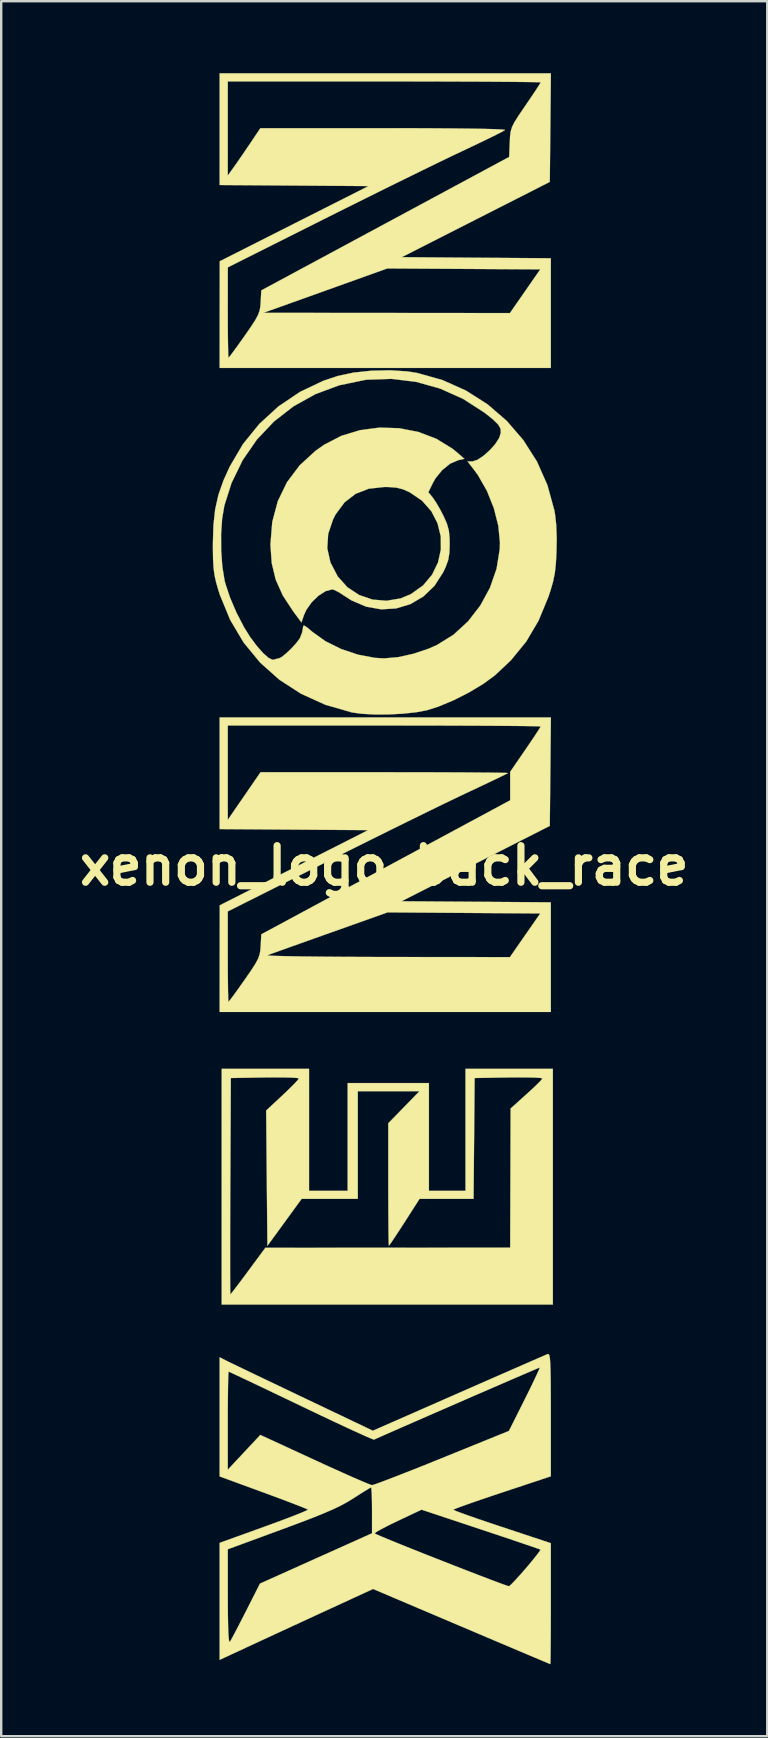
<source format=kicad_pcb>
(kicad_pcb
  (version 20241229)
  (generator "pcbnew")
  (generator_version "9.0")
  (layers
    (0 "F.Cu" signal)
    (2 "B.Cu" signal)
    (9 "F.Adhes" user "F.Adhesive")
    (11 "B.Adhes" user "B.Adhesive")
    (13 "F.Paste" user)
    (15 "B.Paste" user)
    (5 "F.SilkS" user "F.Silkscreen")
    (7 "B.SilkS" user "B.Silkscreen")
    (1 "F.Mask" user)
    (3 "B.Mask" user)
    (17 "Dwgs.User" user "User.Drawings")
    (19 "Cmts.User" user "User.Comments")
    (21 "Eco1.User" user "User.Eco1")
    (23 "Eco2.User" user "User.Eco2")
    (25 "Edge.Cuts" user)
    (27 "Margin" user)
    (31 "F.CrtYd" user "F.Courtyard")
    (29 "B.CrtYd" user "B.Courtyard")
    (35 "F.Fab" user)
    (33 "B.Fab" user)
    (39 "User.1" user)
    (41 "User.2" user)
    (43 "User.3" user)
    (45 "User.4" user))
  (footprint "xenon_logo_back_race"
    (layer "F.Cu")
    (at 12.961 33.025)
    (property "Reference" "xenon_logo_back_race" (at 0 0 0) (layer "F.SilkS") (effects (font (size 1.524 1.524) (thickness 0.3))))
    (attr through_hole)
    (fp_poly (pts (xy -3.133 13.547) (xy -1.524 13.547) (xy -1.524 9.059) (xy 1.863 9.059) (xy 1.863 13.547) (xy 3.387 13.547) (xy 3.387 8.467) (xy 7.027 8.467) (xy 7.027 18.288) (xy -6.773 18.288) (xy -6.773 16.399) (xy -6.422 16.399) (xy -6.422 16.949) (xy -6.42 17.384) (xy -6.417 17.688) (xy -6.413 17.846) (xy -6.411 17.865) (xy -6.355 17.8) (xy -6.217 17.624) (xy -6.016 17.359) (xy -5.771 17.031) (xy -5.67 16.894) (xy -4.953 15.923) (xy 0.148 15.92) (xy 5.249 15.917) (xy 5.268 10.118) (xy 5.927 9.525) (xy 6.2 9.274) (xy 6.42 9.062) (xy 6.559 8.917) (xy 6.595 8.867) (xy 6.518 8.846) (xy 6.299 8.831) (xy 5.966 8.823) (xy 5.546 8.821) (xy 5.186 8.824) (xy 3.768 8.848) (xy 3.723 13.885) (xy 1.471 13.885) (xy 0.847 14.859) (xy 0.618 15.213) (xy 0.422 15.51) (xy 0.278 15.723) (xy 0.202 15.827) (xy 0.196 15.833) (xy 0.189 15.751) (xy 0.183 15.522) (xy 0.178 15.164) (xy 0.174 14.698) (xy 0.171 14.146) (xy 0.169 13.528) (xy 0.169 13.283) (xy 0.169 10.733) (xy 0.819 10.066) (xy 1.469 9.398) (xy -1.101 9.398) (xy -1.101 13.885) (xy -3.443 13.885) (xy -4.868 15.842) (xy -4.919 10.202) (xy -4.238 9.567) (xy -3.962 9.305) (xy -3.74 9.083) (xy -3.597 8.927) (xy -3.556 8.867) (xy -3.636 8.846) (xy -3.858 8.831) (xy -4.193 8.823) (xy -4.615 8.821) (xy -4.974 8.824) (xy -6.392 8.848) (xy -6.414 13.356) (xy -6.418 14.212) (xy -6.421 15.015) (xy -6.422 15.749) (xy -6.422 16.399) (xy -6.773 16.399) (xy -6.773 8.467) (xy -3.133 8.467) (xy -3.133 13.547)) (stroke (width 0.01) (type solid)) (fill yes) (layer "F.SilkS"))
    (fp_poly (pts (xy 0.628 -18.23) (xy 1.425 -18.074) (xy 2.172 -17.79) (xy 2.84 -17.38) (xy 3.01 -17.242) (xy 3.341 -16.955) (xy 3.083 -16.899) (xy 2.749 -16.754) (xy 2.417 -16.487) (xy 2.136 -16.142) (xy 2.029 -15.952) (xy 1.84 -15.564) (xy 2.024 -15.339) (xy 2.156 -15.144) (xy 2.322 -14.861) (xy 2.468 -14.581) (xy 2.613 -14.253) (xy 2.693 -13.97) (xy 2.724 -13.65) (xy 2.728 -13.412) (xy 2.716 -13.034) (xy 2.667 -12.741) (xy 2.563 -12.451) (xy 2.461 -12.233) (xy 2.094 -11.662) (xy 1.629 -11.216) (xy 1.09 -10.9) (xy 0.498 -10.721) (xy -0.123 -10.683) (xy -0.751 -10.793) (xy -1.363 -11.055) (xy -1.63 -11.226) (xy -1.871 -11.383) (xy -2.072 -11.488) (xy -2.163 -11.515) (xy -2.438 -11.443) (xy -2.737 -11.252) (xy -3.02 -10.98) (xy -3.245 -10.662) (xy -3.34 -10.455) (xy -3.449 -10.137) (xy -3.789 -10.593) (xy -4.227 -11.262) (xy -4.522 -11.92) (xy -4.688 -12.612) (xy -4.731 -13.228) (xy -2.373 -13.228) (xy -2.242 -12.639) (xy -1.942 -12.061) (xy -1.934 -12.049) (xy -1.532 -11.601) (xy -1.04 -11.278) (xy -0.487 -11.089) (xy 0.097 -11.04) (xy 0.683 -11.138) (xy 1.119 -11.321) (xy 1.62 -11.68) (xy 1.994 -12.125) (xy 2.241 -12.632) (xy 2.361 -13.175) (xy 2.355 -13.729) (xy 2.222 -14.269) (xy 1.964 -14.77) (xy 1.58 -15.207) (xy 1.07 -15.556) (xy 1.07 -15.556) (xy 0.788 -15.683) (xy 0.516 -15.753) (xy 0.182 -15.779) (xy 0 -15.781) (xy -0.643 -15.71) (xy -1.195 -15.496) (xy -1.656 -15.138) (xy -2.025 -14.639) (xy -2.128 -14.439) (xy -2.335 -13.829) (xy -2.373 -13.228) (xy -4.731 -13.228) (xy -4.741 -13.384) (xy -4.741 -13.402) (xy -4.664 -14.332) (xy -4.433 -15.194) (xy -4.052 -15.979) (xy -3.526 -16.681) (xy -2.859 -17.292) (xy -2.504 -17.542) (xy -1.785 -17.914) (xy -1.005 -18.151) (xy -0.191 -18.256) (xy 0.628 -18.23)) (stroke (width 0.01) (type solid)) (fill yes) (layer "F.SilkS"))
    (fp_poly (pts (xy 6.923 -30.758) (xy 6.9 -28.496) (xy 3.815 -26.927) (xy 0.729 -25.358) (xy 3.836 -25.335) (xy 6.943 -25.313) (xy 6.943 -20.743) (xy -6.858 -20.743) (xy -6.856 -22.966) (xy -6.854 -25.188) (xy -3.754 -26.755) (xy -0.653 -28.321) (xy -3.755 -28.343) (xy -6.858 -28.365) (xy -6.858 -32.681) (xy -6.519 -32.681) (xy -6.519 -28.761) (xy -6.281 -29.091) (xy -6.123 -29.316) (xy -5.909 -29.625) (xy -5.678 -29.965) (xy -5.601 -30.078) (xy -5.16 -30.734) (xy -0.023 -30.734) (xy 1.045 -30.733) (xy 2.004 -30.729) (xy 2.847 -30.723) (xy 3.565 -30.715) (xy 4.15 -30.705) (xy 4.594 -30.693) (xy 4.888 -30.679) (xy 5.025 -30.663) (xy 5.033 -30.656) (xy 4.936 -30.598) (xy 4.709 -30.481) (xy 4.373 -30.315) (xy 3.953 -30.112) (xy 3.471 -29.883) (xy 3.217 -29.763) (xy 2.789 -29.56) (xy 2.233 -29.291) (xy 1.572 -28.969) (xy 0.83 -28.605) (xy 0.03 -28.211) (xy -0.806 -27.796) (xy -1.653 -27.375) (xy -2.489 -26.956) (xy -2.518 -26.942) (xy -6.518 -24.934) (xy -6.519 -23.05) (xy -6.518 -22.506) (xy -6.514 -22.024) (xy -6.508 -21.627) (xy -6.501 -21.339) (xy -6.493 -21.186) (xy -6.488 -21.167) (xy -6.431 -21.232) (xy -6.296 -21.411) (xy -6.102 -21.677) (xy -5.869 -22.005) (xy -5.816 -22.08) (xy -5.551 -22.462) (xy -5.37 -22.741) (xy -5.256 -22.954) (xy -5.226 -23.038) (xy -5.038 -23.038) (xy 0.1 -23.034) (xy 5.238 -23.029) (xy 6.502 -24.85) (xy 3.314 -24.869) (xy 0.127 -24.888) (xy -2.455 -23.963) (xy -5.038 -23.038) (xy -5.226 -23.038) (xy -5.191 -23.136) (xy -5.16 -23.321) (xy -5.148 -23.484) (xy -5.122 -23.974) (xy 0.042 -26.755) (xy 5.207 -29.536) (xy 5.232 -30.15) (xy 5.245 -30.403) (xy 5.271 -30.601) (xy 5.325 -30.78) (xy 5.424 -30.979) (xy 5.583 -31.233) (xy 5.819 -31.581) (xy 5.888 -31.682) (xy 6.122 -32.026) (xy 6.317 -32.317) (xy 6.455 -32.53) (xy 6.517 -32.635) (xy 6.519 -32.641) (xy 6.437 -32.648) (xy 6.198 -32.654) (xy 5.815 -32.659) (xy 5.302 -32.664) (xy 4.672 -32.669) (xy 3.936 -32.673) (xy 3.109 -32.676) (xy 2.203 -32.679) (xy 1.231 -32.681) (xy 0.206 -32.681) (xy 0 -32.681) (xy -6.519 -32.681) (xy -6.858 -32.681) (xy -6.858 -33.02) (xy 6.945 -33.02) (xy 6.923 -30.758)) (stroke (width 0.01) (type solid)) (fill yes) (layer "F.SilkS"))
    (fp_poly (pts (xy 6.923 -3.92) (xy 6.9 -1.659) (xy 3.81 -0.089) (xy 0.72 1.482) (xy 3.831 1.504) (xy 6.943 1.526) (xy 6.943 6.096) (xy -6.858 6.096) (xy -6.856 3.873) (xy -6.854 1.651) (xy -3.762 0.085) (xy -0.669 -1.482) (xy -3.764 -1.504) (xy -6.858 -1.526) (xy -6.858 -3.877) (xy -6.519 -3.877) (xy -6.519 -1.911) (xy -5.154 -3.895) (xy 0.02 -3.895) (xy 0.937 -3.894) (xy 1.801 -3.893) (xy 2.598 -3.89) (xy 3.313 -3.887) (xy 3.932 -3.882) (xy 4.44 -3.878) (xy 4.823 -3.872) (xy 5.067 -3.867) (xy 5.158 -3.86) (xy 5.158 -3.86) (xy 5.074 -3.815) (xy 4.859 -3.71) (xy 4.535 -3.554) (xy 4.124 -3.359) (xy 3.649 -3.134) (xy 3.387 -3.011) (xy 2.963 -2.809) (xy 2.41 -2.543) (xy 1.752 -2.222) (xy 1.011 -1.858) (xy 0.21 -1.463) (xy -0.628 -1.048) (xy -1.481 -0.623) (xy -2.326 -0.2) (xy -2.434 -0.146) (xy -6.519 1.905) (xy -6.519 3.789) (xy -6.518 4.333) (xy -6.514 4.816) (xy -6.509 5.213) (xy -6.502 5.5) (xy -6.494 5.654) (xy -6.49 5.673) (xy -6.433 5.607) (xy -6.298 5.429) (xy -6.105 5.162) (xy -5.872 4.833) (xy -5.817 4.755) (xy -5.552 4.373) (xy -5.371 4.092) (xy -5.256 3.879) (xy -5.204 3.732) (xy -4.868 3.732) (xy -4.817 3.744) (xy -4.61 3.756) (xy -4.261 3.766) (xy -3.785 3.776) (xy -3.195 3.785) (xy -2.506 3.792) (xy -1.731 3.798) (xy -0.883 3.802) (xy 0.022 3.805) (xy 0.1 3.805) (xy 5.238 3.81) (xy 5.87 2.9) (xy 6.502 1.99) (xy 0.141 1.945) (xy -2.279 2.805) (xy -2.892 3.023) (xy -3.459 3.225) (xy -3.959 3.404) (xy -4.371 3.551) (xy -4.673 3.66) (xy -4.843 3.723) (xy -4.868 3.732) (xy -5.204 3.732) (xy -5.191 3.697) (xy -5.16 3.512) (xy -5.148 3.348) (xy -5.122 2.859) (xy 5.249 -2.726) (xy 5.249 -3.912) (xy 5.884 -4.837) (xy 6.119 -5.182) (xy 6.315 -5.475) (xy 6.453 -5.688) (xy 6.517 -5.795) (xy 6.519 -5.802) (xy 6.437 -5.808) (xy 6.198 -5.814) (xy 5.815 -5.82) (xy 5.302 -5.825) (xy 4.672 -5.83) (xy 3.936 -5.834) (xy 3.109 -5.837) (xy 2.203 -5.84) (xy 1.231 -5.841) (xy 0.206 -5.842) (xy 0 -5.842) (xy -6.519 -5.842) (xy -6.519 -3.877) (xy -6.858 -3.877) (xy -6.858 -6.181) (xy 6.945 -6.181) (xy 6.923 -3.92)) (stroke (width 0.01) (type solid)) (fill yes) (layer "F.SilkS"))
    (fp_poly (pts (xy 0.969 -20.598) (xy 1.36 -20.536) (xy 2.421 -20.24) (xy 3.407 -19.799) (xy 4.306 -19.227) (xy 5.107 -18.535) (xy 5.797 -17.735) (xy 6.366 -16.84) (xy 6.8 -15.862) (xy 7.089 -14.811) (xy 7.114 -14.677) (xy 7.167 -14.217) (xy 7.189 -13.645) (xy 7.179 -13.069) (xy 7.152 -12.579) (xy 7.109 -12.193) (xy 7.038 -11.843) (xy 6.928 -11.463) (xy 6.841 -11.201) (xy 6.432 -10.212) (xy 5.918 -9.34) (xy 5.278 -8.557) (xy 4.613 -7.932) (xy 4.125 -7.574) (xy 3.529 -7.217) (xy 2.885 -6.891) (xy 2.251 -6.627) (xy 1.778 -6.477) (xy 1.329 -6.393) (xy 0.776 -6.334) (xy 0.174 -6.303) (xy -0.422 -6.302) (xy -0.958 -6.332) (xy -1.355 -6.389) (xy -2.457 -6.707) (xy -3.465 -7.164) (xy -4.373 -7.752) (xy -5.173 -8.466) (xy -5.858 -9.299) (xy -6.419 -10.243) (xy -6.851 -11.292) (xy -6.913 -11.489) (xy -7.008 -11.819) (xy -7.072 -12.108) (xy -7.111 -12.405) (xy -7.132 -12.757) (xy -7.139 -13.212) (xy -7.139 -13.42) (xy -7.128 -13.818) (xy -6.798 -13.818) (xy -6.795 -13.134) (xy -6.747 -12.471) (xy -6.653 -11.891) (xy -6.62 -11.757) (xy -6.426 -11.174) (xy -6.155 -10.542) (xy -5.843 -9.939) (xy -5.585 -9.525) (xy -5.301 -9.147) (xy -5.038 -8.851) (xy -4.813 -8.655) (xy -4.647 -8.579) (xy -4.608 -8.584) (xy -4.447 -8.63) (xy -4.396 -8.636) (xy -4.275 -8.695) (xy -4.088 -8.845) (xy -3.874 -9.048) (xy -3.676 -9.263) (xy -3.533 -9.451) (xy -3.508 -9.493) (xy -3.419 -9.723) (xy -3.387 -9.909) (xy -3.373 -9.996) (xy -3.315 -9.999) (xy -3.185 -9.908) (xy -2.99 -9.741) (xy -2.447 -9.353) (xy -1.795 -9.03) (xy -1.087 -8.792) (xy -0.378 -8.66) (xy 0 -8.639) (xy 0.581 -8.69) (xy 1.225 -8.833) (xy 1.867 -9.05) (xy 2.201 -9.199) (xy 2.886 -9.624) (xy 3.493 -10.181) (xy 4.005 -10.843) (xy 4.407 -11.582) (xy 4.682 -12.373) (xy 4.814 -13.188) (xy 4.823 -13.462) (xy 4.756 -14.16) (xy 4.569 -14.898) (xy 4.281 -15.619) (xy 3.911 -16.267) (xy 3.781 -16.447) (xy 3.472 -16.849) (xy 3.685 -16.849) (xy 3.882 -16.912) (xy 4.133 -17.079) (xy 4.394 -17.31) (xy 4.626 -17.568) (xy 4.785 -17.816) (xy 4.798 -17.845) (xy 4.859 -18.041) (xy 4.848 -18.212) (xy 4.747 -18.386) (xy 4.539 -18.591) (xy 4.207 -18.857) (xy 4.167 -18.886) (xy 3.284 -19.455) (xy 2.33 -19.882) (xy 1.33 -20.162) (xy 0.307 -20.287) (xy -0.717 -20.252) (xy -0.813 -20.24) (xy -1.876 -20.019) (xy -2.869 -19.65) (xy -3.78 -19.143) (xy -4.596 -18.509) (xy -5.306 -17.758) (xy -5.899 -16.9) (xy -6.363 -15.947) (xy -6.662 -15.006) (xy -6.754 -14.463) (xy -6.798 -13.818) (xy -7.128 -13.818) (xy -7.117 -14.192) (xy -7.044 -14.852) (xy -6.909 -15.455) (xy -6.7 -16.051) (xy -6.437 -16.632) (xy -5.885 -17.571) (xy -5.203 -18.411) (xy -4.408 -19.139) (xy -3.514 -19.742) (xy -2.539 -20.206) (xy -1.944 -20.406) (xy -1.286 -20.547) (xy -0.535 -20.627) (xy 0.239 -20.645) (xy 0.969 -20.598)) (stroke (width 0.01) (type solid)) (fill yes) (layer "F.SilkS"))
    (fp_poly (pts (xy 6.855 20.355) (xy 6.883 20.412) (xy 6.904 20.538) (xy 6.92 20.749) (xy 6.931 21.061) (xy 6.938 21.491) (xy 6.941 22.055) (xy 6.943 22.77) (xy 6.943 22.874) (xy 6.943 25.446) (xy 4.911 26.12) (xy 4.358 26.305) (xy 3.862 26.474) (xy 3.445 26.62) (xy 3.128 26.734) (xy 2.933 26.811) (xy 2.879 26.839) (xy 2.956 26.877) (xy 3.172 26.96) (xy 3.507 27.081) (xy 3.938 27.231) (xy 4.444 27.403) (xy 4.911 27.559) (xy 6.943 28.232) (xy 6.943 30.753) (xy 6.942 31.387) (xy 6.94 31.962) (xy 6.937 32.458) (xy 6.933 32.853) (xy 6.929 33.128) (xy 6.923 33.262) (xy 6.921 33.271) (xy 6.842 33.239) (xy 6.621 33.146) (xy 6.276 33.001) (xy 5.82 32.808) (xy 5.27 32.575) (xy 4.641 32.309) (xy 3.947 32.014) (xy 3.217 31.705) (xy -0.466 30.14) (xy -2.201 30.939) (xy -2.826 31.227) (xy -3.514 31.545) (xy -4.21 31.866) (xy -4.86 32.167) (xy -5.397 32.416) (xy -6.858 33.094) (xy -6.858 28.486) (xy -6.519 28.486) (xy -6.518 30.478) (xy -6.515 31.164) (xy -6.506 31.688) (xy -6.492 32.056) (xy -6.471 32.275) (xy -6.443 32.351) (xy -6.43 32.343) (xy -6.362 32.225) (xy -6.234 31.986) (xy -6.062 31.656) (xy -5.861 31.264) (xy -5.76 31.066) (xy -5.178 29.917) (xy -2.843 28.868) (xy -0.509 27.82) (xy -0.397 27.82) (xy -0.397 27.826) (xy -0.303 27.873) (xy -0.075 27.971) (xy 0.266 28.112) (xy 0.697 28.288) (xy 1.198 28.489) (xy 1.746 28.707) (xy 2.319 28.933) (xy 2.896 29.159) (xy 3.453 29.376) (xy 3.97 29.575) (xy 4.424 29.749) (xy 4.793 29.887) (xy 5.056 29.982) (xy 5.19 30.025) (xy 5.202 30.026) (xy 5.285 29.956) (xy 5.453 29.783) (xy 5.679 29.535) (xy 5.913 29.267) (xy 6.159 28.974) (xy 6.354 28.73) (xy 6.478 28.564) (xy 6.511 28.5) (xy 6.425 28.467) (xy 6.198 28.388) (xy 5.85 28.269) (xy 5.401 28.117) (xy 4.87 27.938) (xy 4.278 27.741) (xy 4.017 27.654) (xy 1.556 26.836) (xy 0.556 27.307) (xy 0.189 27.486) (xy -0.11 27.64) (xy -0.314 27.757) (xy -0.397 27.82) (xy -0.509 27.82) (xy -0.508 27.82) (xy -0.508 26.864) (xy -0.511 26.484) (xy -0.52 26.176) (xy -0.533 25.973) (xy -0.547 25.908) (xy -0.631 25.951) (xy -0.823 26.068) (xy -1.092 26.238) (xy -1.288 26.364) (xy -1.544 26.521) (xy -1.829 26.675) (xy -2.164 26.835) (xy -2.574 27.01) (xy -3.082 27.213) (xy -3.71 27.451) (xy -4.255 27.653) (xy -6.519 28.486) (xy -6.858 28.486) (xy -6.858 28.219) (xy -5.003 27.55) (xy -4.48 27.36) (xy -4.017 27.186) (xy -3.635 27.038) (xy -3.356 26.924) (xy -3.202 26.853) (xy -3.178 26.835) (xy -3.262 26.793) (xy -3.483 26.703) (xy -3.818 26.573) (xy -4.244 26.411) (xy -4.738 26.227) (xy -5.033 26.119) (xy -6.858 25.45) (xy -6.858 23.126) (xy -6.519 23.126) (xy -6.519 25.171) (xy -5.841 24.446) (xy -5.163 23.721) (xy -2.899 24.766) (xy -2.32 25.032) (xy -1.787 25.272) (xy -1.32 25.48) (xy -0.94 25.645) (xy -0.668 25.758) (xy -0.523 25.811) (xy -0.508 25.814) (xy -0.402 25.784) (xy -0.159 25.697) (xy 0.204 25.56) (xy 0.668 25.38) (xy 1.214 25.166) (xy 1.823 24.923) (xy 2.408 24.686) (xy 5.197 23.555) (xy 5.859 22.234) (xy 6.071 21.806) (xy 6.25 21.436) (xy 6.385 21.148) (xy 6.465 20.966) (xy 6.48 20.913) (xy 6.398 20.945) (xy 6.181 21.037) (xy 5.846 21.181) (xy 5.414 21.367) (xy 4.903 21.588) (xy 4.333 21.835) (xy 3.722 22.1) (xy 3.091 22.375) (xy 2.458 22.651) (xy 1.842 22.919) (xy 1.262 23.173) (xy 0.738 23.402) (xy 0.289 23.599) (xy -0.066 23.756) (xy -0.308 23.864) (xy -0.418 23.915) (xy -0.422 23.917) (xy -0.507 23.889) (xy -0.728 23.795) (xy -1.068 23.642) (xy -1.511 23.439) (xy -2.039 23.192) (xy -2.637 22.91) (xy -3.286 22.6) (xy -3.462 22.516) (xy -4.122 22.2) (xy -4.734 21.907) (xy -5.28 21.647) (xy -5.743 21.427) (xy -6.109 21.255) (xy -6.359 21.138) (xy -6.478 21.084) (xy -6.485 21.082) (xy -6.494 21.163) (xy -6.503 21.39) (xy -6.51 21.74) (xy -6.515 22.191) (xy -6.519 22.718) (xy -6.519 23.126) (xy -6.858 23.126) (xy -6.858 20.485) (xy -6.625 20.605) (xy -6.498 20.668) (xy -6.236 20.794) (xy -5.858 20.976) (xy -5.382 21.205) (xy -4.825 21.471) (xy -4.207 21.766) (xy -3.545 22.082) (xy -3.433 22.136) (xy -0.473 23.546) (xy 3.112 21.971) (xy 3.846 21.649) (xy 4.534 21.347) (xy 5.162 21.072) (xy 5.712 20.831) (xy 6.169 20.631) (xy 6.517 20.479) (xy 6.74 20.383) (xy 6.82 20.349) (xy 6.855 20.355)) (stroke (width 0.01) (type solid)) (fill yes) (layer "F.SilkS")))
  (gr_rect
    (start -3 -3)
    (end 28.923 69.301)
    (stroke (width 0.1) (type default))
    (fill no)
    (layer "Edge.Cuts")))
</source>
